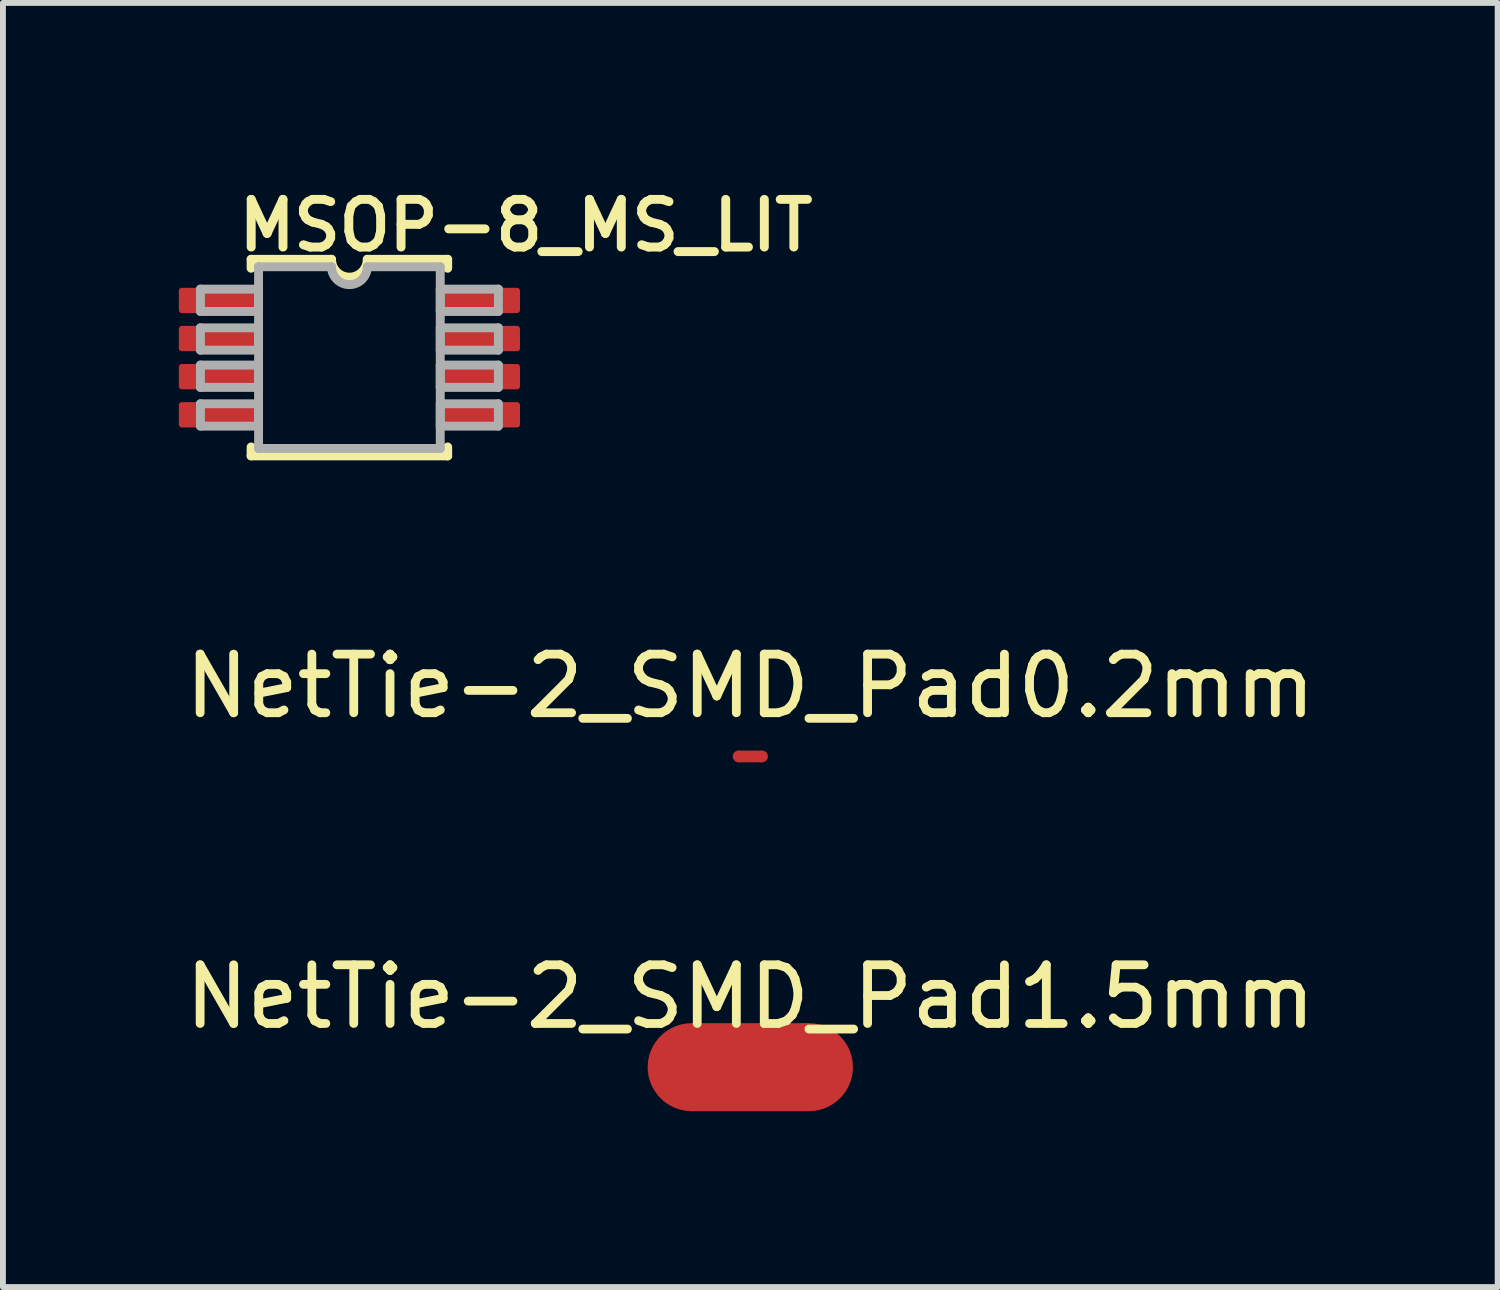
<source format=kicad_pcb>
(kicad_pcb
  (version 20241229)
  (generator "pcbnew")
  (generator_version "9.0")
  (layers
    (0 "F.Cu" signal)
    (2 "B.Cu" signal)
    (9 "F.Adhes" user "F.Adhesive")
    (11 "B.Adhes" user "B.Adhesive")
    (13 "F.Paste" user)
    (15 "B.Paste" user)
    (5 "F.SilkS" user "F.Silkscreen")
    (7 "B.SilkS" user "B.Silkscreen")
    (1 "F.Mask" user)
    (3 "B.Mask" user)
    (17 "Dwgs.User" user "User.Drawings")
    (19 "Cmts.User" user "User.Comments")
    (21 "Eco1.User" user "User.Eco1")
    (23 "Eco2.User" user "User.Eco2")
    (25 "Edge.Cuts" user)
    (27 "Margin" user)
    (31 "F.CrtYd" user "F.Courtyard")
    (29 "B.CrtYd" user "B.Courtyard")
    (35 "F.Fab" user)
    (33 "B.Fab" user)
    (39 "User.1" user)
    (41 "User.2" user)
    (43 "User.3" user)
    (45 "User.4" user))
  (footprint "MSOP-8_MS_LIT"
    (layer "F.Cu")
    (at 2.908 3.048)
    (property "Reference" "MSOP-8_MS_LIT" (at -1.968 -1.778 0) (layer "F.SilkS") (effects (font (size 0.813 0.813) (thickness 0.152) (bold yes)) (justify left bottom)))
    (attr smd)
    (fp_line (start -1.676 -1.676) (end -1.676 -1.524) (stroke (width 0.152) (type solid)) (layer "F.SilkS"))
    (fp_line (start -1.676 1.524) (end -1.676 1.676) (stroke (width 0.152) (type solid)) (layer "F.SilkS"))
    (fp_line (start -1.676 1.676) (end 1.676 1.676) (stroke (width 0.152) (type solid)) (layer "F.SilkS"))
    (fp_line (start -0.305 -1.676) (end -1.676 -1.676) (stroke (width 0.152) (type solid)) (layer "F.SilkS"))
    (fp_line (start 1.676 -1.676) (end 0.305 -1.676) (stroke (width 0.152) (type solid)) (layer "F.SilkS"))
    (fp_line (start 1.676 -1.524) (end 1.676 -1.676) (stroke (width 0.152) (type solid)) (layer "F.SilkS"))
    (fp_line (start 1.676 1.676) (end 1.676 1.524) (stroke (width 0.152) (type solid)) (layer "F.SilkS"))
    (fp_arc (start 0.3048 -1.6764) (mid 0 -1.3716) (end -0.3048 -1.6764) (stroke (width 0.1524) (type solid)) (layer "F.SilkS"))
    (fp_line (start -2.54 -1.168) (end -2.54 -0.787) (stroke (width 0.152) (type solid)) (layer "F.Fab"))
    (fp_line (start -2.54 -0.787) (end -1.549 -0.787) (stroke (width 0.152) (type solid)) (layer "F.Fab"))
    (fp_line (start -2.54 -0.508) (end -2.54 -0.127) (stroke (width 0.152) (type solid)) (layer "F.Fab"))
    (fp_line (start -2.54 -0.127) (end -1.549 -0.127) (stroke (width 0.152) (type solid)) (layer "F.Fab"))
    (fp_line (start -2.54 0.127) (end -2.54 0.508) (stroke (width 0.152) (type solid)) (layer "F.Fab"))
    (fp_line (start -2.54 0.508) (end -1.549 0.508) (stroke (width 0.152) (type solid)) (layer "F.Fab"))
    (fp_line (start -2.54 0.787) (end -2.54 1.168) (stroke (width 0.152) (type solid)) (layer "F.Fab"))
    (fp_line (start -2.54 1.168) (end -1.549 1.168) (stroke (width 0.152) (type solid)) (layer "F.Fab"))
    (fp_line (start -1.549 -1.549) (end -1.549 1.549) (stroke (width 0.152) (type solid)) (layer "F.Fab"))
    (fp_line (start -1.549 -1.168) (end -2.54 -1.168) (stroke (width 0.152) (type solid)) (layer "F.Fab"))
    (fp_line (start -1.549 -0.787) (end -1.549 -1.168) (stroke (width 0.152) (type solid)) (layer "F.Fab"))
    (fp_line (start -1.549 -0.508) (end -2.54 -0.508) (stroke (width 0.152) (type solid)) (layer "F.Fab"))
    (fp_line (start -1.549 -0.127) (end -1.549 -0.508) (stroke (width 0.152) (type solid)) (layer "F.Fab"))
    (fp_line (start -1.549 0.127) (end -2.54 0.127) (stroke (width 0.152) (type solid)) (layer "F.Fab"))
    (fp_line (start -1.549 0.508) (end -1.549 0.127) (stroke (width 0.152) (type solid)) (layer "F.Fab"))
    (fp_line (start -1.549 0.787) (end -2.54 0.787) (stroke (width 0.152) (type solid)) (layer "F.Fab"))
    (fp_line (start -1.549 1.168) (end -1.549 0.787) (stroke (width 0.152) (type solid)) (layer "F.Fab"))
    (fp_line (start -1.549 1.549) (end 1.549 1.549) (stroke (width 0.152) (type solid)) (layer "F.Fab"))
    (fp_line (start -0.305 -1.549) (end -1.549 -1.549) (stroke (width 0.152) (type solid)) (layer "F.Fab"))
    (fp_line (start 1.549 -1.549) (end 0.305 -1.549) (stroke (width 0.152) (type solid)) (layer "F.Fab"))
    (fp_line (start 1.549 -1.168) (end 1.549 -0.787) (stroke (width 0.152) (type solid)) (layer "F.Fab"))
    (fp_line (start 1.549 -0.787) (end 2.54 -0.787) (stroke (width 0.152) (type solid)) (layer "F.Fab"))
    (fp_line (start 1.549 -0.508) (end 1.549 -0.127) (stroke (width 0.152) (type solid)) (layer "F.Fab"))
    (fp_line (start 1.549 -0.127) (end 2.54 -0.127) (stroke (width 0.152) (type solid)) (layer "F.Fab"))
    (fp_line (start 1.549 0.127) (end 1.549 0.508) (stroke (width 0.152) (type solid)) (layer "F.Fab"))
    (fp_line (start 1.549 0.508) (end 2.54 0.508) (stroke (width 0.152) (type solid)) (layer "F.Fab"))
    (fp_line (start 1.549 0.787) (end 1.549 1.168) (stroke (width 0.152) (type solid)) (layer "F.Fab"))
    (fp_line (start 1.549 1.168) (end 2.54 1.168) (stroke (width 0.152) (type solid)) (layer "F.Fab"))
    (fp_line (start 1.549 1.549) (end 1.549 -1.549) (stroke (width 0.152) (type solid)) (layer "F.Fab"))
    (fp_line (start 2.54 -1.168) (end 1.549 -1.168) (stroke (width 0.152) (type solid)) (layer "F.Fab"))
    (fp_line (start 2.54 -0.787) (end 2.54 -1.168) (stroke (width 0.152) (type solid)) (layer "F.Fab"))
    (fp_line (start 2.54 -0.508) (end 1.549 -0.508) (stroke (width 0.152) (type solid)) (layer "F.Fab"))
    (fp_line (start 2.54 -0.127) (end 2.54 -0.508) (stroke (width 0.152) (type solid)) (layer "F.Fab"))
    (fp_line (start 2.54 0.127) (end 1.549 0.127) (stroke (width 0.152) (type solid)) (layer "F.Fab"))
    (fp_line (start 2.54 0.508) (end 2.54 0.127) (stroke (width 0.152) (type solid)) (layer "F.Fab"))
    (fp_line (start 2.54 0.787) (end 1.549 0.787) (stroke (width 0.152) (type solid)) (layer "F.Fab"))
    (fp_line (start 2.54 1.168) (end 2.54 0.787) (stroke (width 0.152) (type solid)) (layer "F.Fab"))
    (fp_arc (start 0.3048 -1.5494) (mid 0 -1.2446) (end -0.3048 -1.5494) (stroke (width 0.1524) (type solid)) (layer "F.Fab"))
    (pad "1" smd roundrect (at -2.229 -0.975) (size 1.359 0.432) (layers "F.Cu" "F.Mask" "F.Paste") (roundrect_rratio 0.118))
    (pad "2" smd roundrect (at -2.229 -0.325) (size 1.359 0.432) (layers "F.Cu" "F.Mask" "F.Paste") (roundrect_rratio 0.118))
    (pad "3" smd roundrect (at -2.229 0.325) (size 1.359 0.432) (layers "F.Cu" "F.Mask" "F.Paste") (roundrect_rratio 0.118))
    (pad "4" smd roundrect (at -2.229 0.975) (size 1.359 0.432) (layers "F.Cu" "F.Mask" "F.Paste") (roundrect_rratio 0.118))
    (pad "5" smd roundrect (at 2.229 0.975) (size 1.359 0.432) (layers "F.Cu" "F.Mask" "F.Paste") (roundrect_rratio 0.118))
    (pad "6" smd roundrect (at 2.229 0.325) (size 1.359 0.432) (layers "F.Cu" "F.Mask" "F.Paste") (roundrect_rratio 0.118))
    (pad "7" smd roundrect (at 2.229 -0.325) (size 1.359 0.432) (layers "F.Cu" "F.Mask" "F.Paste") (roundrect_rratio 0.118))
    (pad "8" smd roundrect (at 2.229 -0.975) (size 1.359 0.432) (layers "F.Cu" "F.Mask" "F.Paste") (roundrect_rratio 0.118)))
  (footprint "NetTie-2_SMD_Pad1.5mm"
    (layer "F.Cu")
    (at 9.744 15.147)
    (property "Reference" "NetTie-2_SMD_Pad1.5mm" (at 0 -1.2 180) (layer "F.SilkS") (effects (font (size 1 1) (thickness 0.15))))
    (attr exclude_from_pos_files exclude_from_bom allow_missing_courtyard)
    (fp_poly (pts (xy -1 -0.75) (xy 1 -0.75) (xy 1 0.75) (xy -1 0.75)) (stroke (width 0) (type solid)) (fill yes) (layer "F.Cu"))
    (pad "1" smd circle (at -1 0) (size 1.5 1.5) (layers "F.Cu"))
    (pad "2" smd circle (at 1 0) (size 1.5 1.5) (layers "F.Cu")))
  (footprint "NetTie-2_SMD_Pad0.2mm"
    (layer "F.Cu")
    (at 9.744 9.849)
    (property "Reference" "NetTie-2_SMD_Pad0.2mm" (at 0 -1.2 180) (layer "F.SilkS") (effects (font (size 1 1) (thickness 0.15))))
    (attr exclude_from_pos_files exclude_from_bom allow_missing_courtyard)
    (fp_poly (pts (xy -0.2 -0.1) (xy 0.2 -0.1) (xy 0.2 0.1) (xy -0.2 0.1)) (stroke (width 0) (type solid)) (fill yes) (layer "F.Cu"))
    (pad "1" smd circle (at -0.2 0) (size 0.2 0.2) (layers "F.Cu"))
    (pad "2" smd circle (at 0.2 0) (size 0.2 0.2) (layers "F.Cu")))
  (gr_rect
    (start -3 -3)
    (end 22.488 18.897)
    (stroke (width 0.1) (type default))
    (fill no)
    (layer "Edge.Cuts")))
</source>
